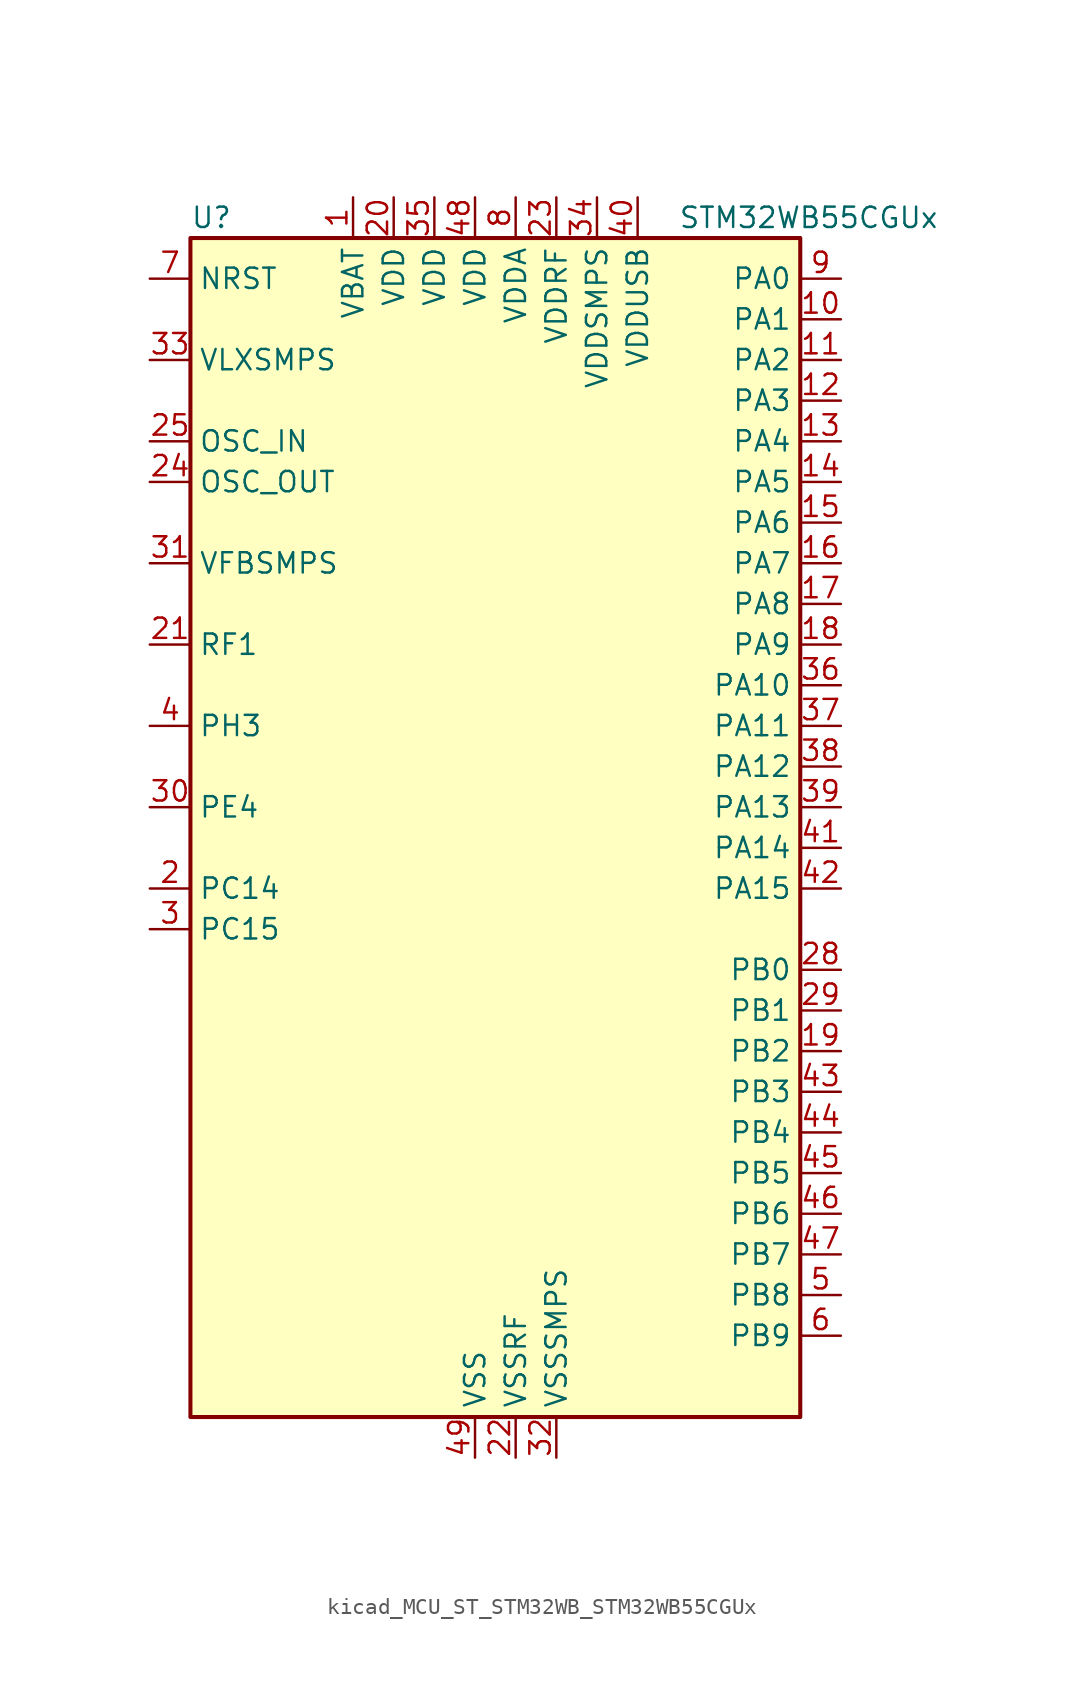
<source format=kicad_sym>
(kicad_symbol_lib
  (version 20220914)
  (generator kicad_symbol_editor)
  (symbol "kicad_MCU_ST_STM32WB_STM32WB55CGUx"
    (property "Reference" "U"
      (at -17.78 39.37 0)
      (effects (font (size 1.27 1.27)) (justify left)))
    (property "Value" "STM32WB55CGUx"
      (at 12.7 39.37 0)
      (effects (font (size 1.27 1.27)) (justify left)))
    (property "ki_locked" ""
      (at 0 0 0)
      (effects (font (size 1.27 1.27))))
    (symbol "kicad_MCU_ST_STM32WB_STM32WB55CGUx_0_1"
      (rectangle (start -17.78 -35.56) (end 20.32 38.1) (stroke (width 0.254) (type default)) (fill (type background))))
    (symbol "kicad_MCU_ST_STM32WB_STM32WB55CGUx_1_1"
      (pin power_in line (at -7.62 40.64 270) (length 2.54) (name "VBAT" (effects (font (size 1.27 1.27)))) (number "1" (effects (font (size 1.27 1.27)))))
      (pin bidirectional line (at 22.86 33.02 180) (length 2.54) (name "PA1" (effects (font (size 1.27 1.27)))) (number "10" (effects (font (size 1.27 1.27)))) (alternate "ADC1_IN6" bidirectional line) (alternate "COMP1_INP" bidirectional line) (alternate "I2C1_SMBA" bidirectional line) (alternate "LCD_SEG0" bidirectional line) (alternate "SPI1_SCK" bidirectional line) (alternate "TIM2_CH2" bidirectional line))
      (pin bidirectional line (at 22.86 30.48 180) (length 2.54) (name "PA2" (effects (font (size 1.27 1.27)))) (number "11" (effects (font (size 1.27 1.27)))) (alternate "ADC1_IN7" bidirectional line) (alternate "COMP2_INM" bidirectional line) (alternate "COMP2_OUT" bidirectional line) (alternate "LCD_SEG1" bidirectional line) (alternate "LPUART1_TX" bidirectional line) (alternate "QUADSPI_BK1_NCS" bidirectional line) (alternate "RCC_LSCO" bidirectional line) (alternate "SYS_WKUP4" bidirectional line) (alternate "TIM2_CH3" bidirectional line))
      (pin bidirectional line (at 22.86 27.94 180) (length 2.54) (name "PA3" (effects (font (size 1.27 1.27)))) (number "12" (effects (font (size 1.27 1.27)))) (alternate "ADC1_IN8" bidirectional line) (alternate "COMP2_INP" bidirectional line) (alternate "LCD_SEG2" bidirectional line) (alternate "LPUART1_RX" bidirectional line) (alternate "QUADSPI_CLK" bidirectional line) (alternate "SAI1_CK1" bidirectional line) (alternate "SAI1_MCLK_A" bidirectional line) (alternate "TIM2_CH4" bidirectional line))
      (pin bidirectional line (at 22.86 25.4 180) (length 2.54) (name "PA4" (effects (font (size 1.27 1.27)))) (number "13" (effects (font (size 1.27 1.27)))) (alternate "ADC1_IN9" bidirectional line) (alternate "COMP1_INM" bidirectional line) (alternate "COMP2_INM" bidirectional line) (alternate "LCD_SEG5" bidirectional line) (alternate "LPTIM2_OUT" bidirectional line) (alternate "SAI1_FS_B" bidirectional line) (alternate "SPI1_NSS" bidirectional line))
      (pin bidirectional line (at 22.86 22.86 180) (length 2.54) (name "PA5" (effects (font (size 1.27 1.27)))) (number "14" (effects (font (size 1.27 1.27)))) (alternate "ADC1_IN10" bidirectional line) (alternate "COMP1_INM" bidirectional line) (alternate "COMP2_INM" bidirectional line) (alternate "LPTIM2_ETR" bidirectional line) (alternate "SAI1_SD_B" bidirectional line) (alternate "SPI1_SCK" bidirectional line) (alternate "TIM2_CH1" bidirectional line) (alternate "TIM2_ETR" bidirectional line))
      (pin bidirectional line (at 22.86 20.32 180) (length 2.54) (name "PA6" (effects (font (size 1.27 1.27)))) (number "15" (effects (font (size 1.27 1.27)))) (alternate "ADC1_IN11" bidirectional line) (alternate "LCD_SEG3" bidirectional line) (alternate "LPUART1_CTS" bidirectional line) (alternate "QUADSPI_BK1_IO3" bidirectional line) (alternate "SPI1_MISO" bidirectional line) (alternate "TIM16_CH1" bidirectional line) (alternate "TIM1_BKIN" bidirectional line))
      (pin bidirectional line (at 22.86 17.78 180) (length 2.54) (name "PA7" (effects (font (size 1.27 1.27)))) (number "16" (effects (font (size 1.27 1.27)))) (alternate "ADC1_IN12" bidirectional line) (alternate "COMP2_OUT" bidirectional line) (alternate "I2C3_SCL" bidirectional line) (alternate "LCD_SEG4" bidirectional line) (alternate "QUADSPI_BK1_IO2" bidirectional line) (alternate "SPI1_MOSI" bidirectional line) (alternate "TIM17_CH1" bidirectional line) (alternate "TIM1_CH1N" bidirectional line))
      (pin bidirectional line (at 22.86 15.24 180) (length 2.54) (name "PA8" (effects (font (size 1.27 1.27)))) (number "17" (effects (font (size 1.27 1.27)))) (alternate "ADC1_IN15" bidirectional line) (alternate "LCD_COM0" bidirectional line) (alternate "LPTIM2_OUT" bidirectional line) (alternate "RCC_MCO" bidirectional line) (alternate "SAI1_CK2" bidirectional line) (alternate "SAI1_SCK_A" bidirectional line) (alternate "TIM1_CH1" bidirectional line) (alternate "USART1_CK" bidirectional line))
      (pin bidirectional line (at 22.86 12.7 180) (length 2.54) (name "PA9" (effects (font (size 1.27 1.27)))) (number "18" (effects (font (size 1.27 1.27)))) (alternate "ADC1_IN16" bidirectional line) (alternate "COMP1_INM" bidirectional line) (alternate "I2C1_SCL" bidirectional line) (alternate "LCD_COM1" bidirectional line) (alternate "SAI1_D2" bidirectional line) (alternate "SAI1_FS_A" bidirectional line) (alternate "TIM1_CH2" bidirectional line) (alternate "USART1_TX" bidirectional line))
      (pin bidirectional line (at 22.86 -12.7 180) (length 2.54) (name "PB2" (effects (font (size 1.27 1.27)))) (number "19" (effects (font (size 1.27 1.27)))) (alternate "COMP1_INP" bidirectional line) (alternate "I2C3_SMBA" bidirectional line) (alternate "LCD_VLCD" bidirectional line) (alternate "LPTIM1_OUT" bidirectional line) (alternate "RTC_OUT2" bidirectional line) (alternate "SAI1_EXTCLK" bidirectional line) (alternate "SPI1_NSS" bidirectional line))
      (pin bidirectional line (at -20.32 -2.54 0) (length 2.54) (name "PC14" (effects (font (size 1.27 1.27)))) (number "2" (effects (font (size 1.27 1.27)))) (alternate "RCC_OSC32_IN" bidirectional line))
      (pin power_in line (at -5.08 40.64 270) (length 2.54) (name "VDD" (effects (font (size 1.27 1.27)))) (number "20" (effects (font (size 1.27 1.27)))))
      (pin bidirectional line (at -20.32 12.7 0) (length 2.54) (name "RF1" (effects (font (size 1.27 1.27)))) (number "21" (effects (font (size 1.27 1.27)))) (alternate "RF_RF1" bidirectional line))
      (pin power_in line (at 2.54 -38.1 90) (length 2.54) (name "VSSRF" (effects (font (size 1.27 1.27)))) (number "22" (effects (font (size 1.27 1.27)))))
      (pin power_in line (at 5.08 40.64 270) (length 2.54) (name "VDDRF" (effects (font (size 1.27 1.27)))) (number "23" (effects (font (size 1.27 1.27)))))
      (pin input line (at -20.32 22.86 0) (length 2.54) (name "OSC_OUT" (effects (font (size 1.27 1.27)))) (number "24" (effects (font (size 1.27 1.27)))) (alternate "RCC_OSC_OUT" bidirectional line))
      (pin input line (at -20.32 25.4 0) (length 2.54) (name "OSC_IN" (effects (font (size 1.27 1.27)))) (number "25" (effects (font (size 1.27 1.27)))) (alternate "RCC_OSC_IN" bidirectional line))
      (pin no_connect line (at -17.78 -35.56 0) (length 2.54) hide (name "AT0" (effects (font (size 1.27 1.27)))) (number "26" (effects (font (size 1.27 1.27)))))
      (pin no_connect line (at -17.78 -33.02 0) (length 2.54) hide (name "AT1" (effects (font (size 1.27 1.27)))) (number "27" (effects (font (size 1.27 1.27)))))
      (pin bidirectional line (at 22.86 -7.62 180) (length 2.54) (name "PB0" (effects (font (size 1.27 1.27)))) (number "28" (effects (font (size 1.27 1.27)))) (alternate "COMP1_OUT" bidirectional line) (alternate "RF_TX_MOD_EXT_PA" bidirectional line))
      (pin bidirectional line (at 22.86 -10.16 180) (length 2.54) (name "PB1" (effects (font (size 1.27 1.27)))) (number "29" (effects (font (size 1.27 1.27)))) (alternate "LPTIM2_IN1" bidirectional line) (alternate "LPUART1_DE" bidirectional line) (alternate "LPUART1_RTS" bidirectional line))
      (pin bidirectional line (at -20.32 -5.08 0) (length 2.54) (name "PC15" (effects (font (size 1.27 1.27)))) (number "3" (effects (font (size 1.27 1.27)))) (alternate "ADC1_EXTI15" bidirectional line) (alternate "RCC_OSC32_OUT" bidirectional line))
      (pin bidirectional line (at -20.32 2.54 0) (length 2.54) (name "PE4" (effects (font (size 1.27 1.27)))) (number "30" (effects (font (size 1.27 1.27)))))
      (pin input line (at -20.32 17.78 0) (length 2.54) (name "VFBSMPS" (effects (font (size 1.27 1.27)))) (number "31" (effects (font (size 1.27 1.27)))))
      (pin power_in line (at 5.08 -38.1 90) (length 2.54) (name "VSSSMPS" (effects (font (size 1.27 1.27)))) (number "32" (effects (font (size 1.27 1.27)))))
      (pin power_in line (at -20.32 30.48 0) (length 2.54) (name "VLXSMPS" (effects (font (size 1.27 1.27)))) (number "33" (effects (font (size 1.27 1.27)))))
      (pin power_in line (at 7.62 40.64 270) (length 2.54) (name "VDDSMPS" (effects (font (size 1.27 1.27)))) (number "34" (effects (font (size 1.27 1.27)))))
      (pin power_in line (at -2.54 40.64 270) (length 2.54) (name "VDD" (effects (font (size 1.27 1.27)))) (number "35" (effects (font (size 1.27 1.27)))))
      (pin bidirectional line (at 22.86 10.16 180) (length 2.54) (name "PA10" (effects (font (size 1.27 1.27)))) (number "36" (effects (font (size 1.27 1.27)))) (alternate "CRS_SYNC" bidirectional line) (alternate "I2C1_SDA" bidirectional line) (alternate "LCD_COM2" bidirectional line) (alternate "SAI1_D1" bidirectional line) (alternate "SAI1_SD_A" bidirectional line) (alternate "TIM17_BKIN" bidirectional line) (alternate "TIM1_CH3" bidirectional line) (alternate "USART1_RX" bidirectional line))
      (pin bidirectional line (at 22.86 7.62 180) (length 2.54) (name "PA11" (effects (font (size 1.27 1.27)))) (number "37" (effects (font (size 1.27 1.27)))) (alternate "ADC1_EXTI11" bidirectional line) (alternate "SPI1_MISO" bidirectional line) (alternate "TIM1_BKIN2" bidirectional line) (alternate "TIM1_CH4" bidirectional line) (alternate "USART1_CTS" bidirectional line) (alternate "USART1_NSS" bidirectional line) (alternate "USB_DM" bidirectional line))
      (pin bidirectional line (at 22.86 5.08 180) (length 2.54) (name "PA12" (effects (font (size 1.27 1.27)))) (number "38" (effects (font (size 1.27 1.27)))) (alternate "LPUART1_RX" bidirectional line) (alternate "SPI1_MOSI" bidirectional line) (alternate "TIM1_ETR" bidirectional line) (alternate "USART1_DE" bidirectional line) (alternate "USART1_RTS" bidirectional line) (alternate "USB_DP" bidirectional line))
      (pin bidirectional line (at 22.86 2.54 180) (length 2.54) (name "PA13" (effects (font (size 1.27 1.27)))) (number "39" (effects (font (size 1.27 1.27)))) (alternate "IR_OUT" bidirectional line) (alternate "SAI1_SD_B" bidirectional line) (alternate "SYS_JTMS-SWDIO" bidirectional line) (alternate "USB_NOE" bidirectional line))
      (pin bidirectional line (at -20.32 7.62 0) (length 2.54) (name "PH3" (effects (font (size 1.27 1.27)))) (number "4" (effects (font (size 1.27 1.27)))) (alternate "RCC_LSCO" bidirectional line))
      (pin power_in line (at 10.16 40.64 270) (length 2.54) (name "VDDUSB" (effects (font (size 1.27 1.27)))) (number "40" (effects (font (size 1.27 1.27)))))
      (pin bidirectional line (at 22.86 0 180) (length 2.54) (name "PA14" (effects (font (size 1.27 1.27)))) (number "41" (effects (font (size 1.27 1.27)))) (alternate "I2C1_SMBA" bidirectional line) (alternate "LCD_SEG5" bidirectional line) (alternate "LPTIM1_OUT" bidirectional line) (alternate "SAI1_FS_B" bidirectional line) (alternate "SYS_JTCK-SWCLK" bidirectional line))
      (pin bidirectional line (at 22.86 -2.54 180) (length 2.54) (name "PA15" (effects (font (size 1.27 1.27)))) (number "42" (effects (font (size 1.27 1.27)))) (alternate "ADC1_EXTI15" bidirectional line) (alternate "LCD_SEG17" bidirectional line) (alternate "RCC_MCO" bidirectional line) (alternate "SPI1_NSS" bidirectional line) (alternate "SYS_JTDI" bidirectional line) (alternate "TIM2_CH1" bidirectional line) (alternate "TIM2_ETR" bidirectional line))
      (pin bidirectional line (at 22.86 -15.24 180) (length 2.54) (name "PB3" (effects (font (size 1.27 1.27)))) (number "43" (effects (font (size 1.27 1.27)))) (alternate "COMP2_INM" bidirectional line) (alternate "LCD_SEG7" bidirectional line) (alternate "SAI1_SCK_B" bidirectional line) (alternate "SPI1_SCK" bidirectional line) (alternate "SYS_JTDO-SWO" bidirectional line) (alternate "TIM2_CH2" bidirectional line) (alternate "USART1_DE" bidirectional line) (alternate "USART1_RTS" bidirectional line))
      (pin bidirectional line (at 22.86 -17.78 180) (length 2.54) (name "PB4" (effects (font (size 1.27 1.27)))) (number "44" (effects (font (size 1.27 1.27)))) (alternate "COMP2_INP" bidirectional line) (alternate "I2C3_SDA" bidirectional line) (alternate "LCD_SEG8" bidirectional line) (alternate "SAI1_MCLK_B" bidirectional line) (alternate "SPI1_MISO" bidirectional line) (alternate "SYS_JTRST" bidirectional line) (alternate "TIM17_BKIN" bidirectional line) (alternate "USART1_CTS" bidirectional line) (alternate "USART1_NSS" bidirectional line))
      (pin bidirectional line (at 22.86 -20.32 180) (length 2.54) (name "PB5" (effects (font (size 1.27 1.27)))) (number "45" (effects (font (size 1.27 1.27)))) (alternate "COMP2_OUT" bidirectional line) (alternate "I2C1_SMBA" bidirectional line) (alternate "LCD_SEG9" bidirectional line) (alternate "LPTIM1_IN1" bidirectional line) (alternate "LPUART1_TX" bidirectional line) (alternate "SAI1_SD_B" bidirectional line) (alternate "SPI1_MOSI" bidirectional line) (alternate "TIM16_BKIN" bidirectional line) (alternate "USART1_CK" bidirectional line))
      (pin bidirectional line (at 22.86 -22.86 180) (length 2.54) (name "PB6" (effects (font (size 1.27 1.27)))) (number "46" (effects (font (size 1.27 1.27)))) (alternate "COMP2_INP" bidirectional line) (alternate "I2C1_SCL" bidirectional line) (alternate "LCD_SEG6" bidirectional line) (alternate "LPTIM1_ETR" bidirectional line) (alternate "RCC_MCO" bidirectional line) (alternate "SAI1_FS_B" bidirectional line) (alternate "TIM16_CH1N" bidirectional line) (alternate "USART1_TX" bidirectional line))
      (pin bidirectional line (at 22.86 -25.4 180) (length 2.54) (name "PB7" (effects (font (size 1.27 1.27)))) (number "47" (effects (font (size 1.27 1.27)))) (alternate "COMP2_INM" bidirectional line) (alternate "I2C1_SDA" bidirectional line) (alternate "LCD_SEG21" bidirectional line) (alternate "LPTIM1_IN2" bidirectional line) (alternate "SYS_PVD_IN" bidirectional line) (alternate "TIM17_CH1N" bidirectional line) (alternate "TIM1_BKIN" bidirectional line) (alternate "USART1_RX" bidirectional line))
      (pin power_in line (at 0 40.64 270) (length 2.54) (name "VDD" (effects (font (size 1.27 1.27)))) (number "48" (effects (font (size 1.27 1.27)))))
      (pin power_in line (at 0 -38.1 90) (length 2.54) (name "VSS" (effects (font (size 1.27 1.27)))) (number "49" (effects (font (size 1.27 1.27)))))
      (pin bidirectional line (at 22.86 -27.94 180) (length 2.54) (name "PB8" (effects (font (size 1.27 1.27)))) (number "5" (effects (font (size 1.27 1.27)))) (alternate "I2C1_SCL" bidirectional line) (alternate "LCD_SEG16" bidirectional line) (alternate "QUADSPI_BK1_IO1" bidirectional line) (alternate "SAI1_CK1" bidirectional line) (alternate "SAI1_MCLK_A" bidirectional line) (alternate "TIM16_CH1" bidirectional line) (alternate "TIM1_CH2N" bidirectional line))
      (pin bidirectional line (at 22.86 -30.48 180) (length 2.54) (name "PB9" (effects (font (size 1.27 1.27)))) (number "6" (effects (font (size 1.27 1.27)))) (alternate "I2C1_SDA" bidirectional line) (alternate "IR_OUT" bidirectional line) (alternate "LCD_COM3" bidirectional line) (alternate "QUADSPI_BK1_IO0" bidirectional line) (alternate "SAI1_D2" bidirectional line) (alternate "SAI1_FS_A" bidirectional line) (alternate "TIM17_CH1" bidirectional line) (alternate "TIM1_CH3N" bidirectional line))
      (pin input line (at -20.32 35.56 0) (length 2.54) (name "NRST" (effects (font (size 1.27 1.27)))) (number "7" (effects (font (size 1.27 1.27)))))
      (pin power_in line (at 2.54 40.64 270) (length 2.54) (name "VDDA" (effects (font (size 1.27 1.27)))) (number "8" (effects (font (size 1.27 1.27)))))
      (pin bidirectional line (at 22.86 35.56 180) (length 2.54) (name "PA0" (effects (font (size 1.27 1.27)))) (number "9" (effects (font (size 1.27 1.27)))) (alternate "ADC1_IN5" bidirectional line) (alternate "COMP1_INM" bidirectional line) (alternate "COMP1_OUT" bidirectional line) (alternate "RTC_TAMP2" bidirectional line) (alternate "SAI1_EXTCLK" bidirectional line) (alternate "SYS_WKUP1" bidirectional line) (alternate "TIM2_CH1" bidirectional line) (alternate "TIM2_ETR" bidirectional line)))))
</source>
